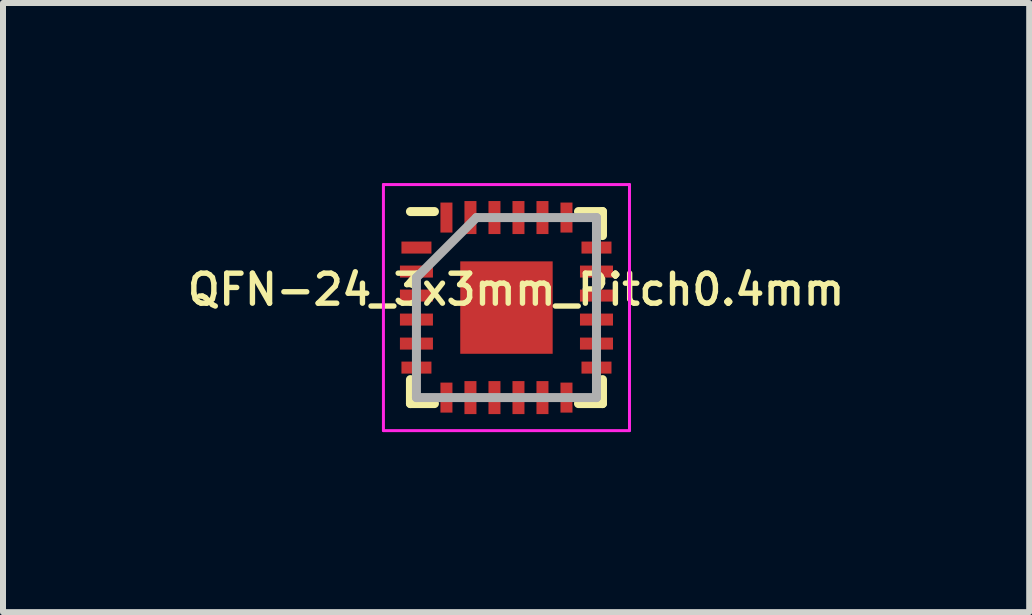
<source format=kicad_pcb>
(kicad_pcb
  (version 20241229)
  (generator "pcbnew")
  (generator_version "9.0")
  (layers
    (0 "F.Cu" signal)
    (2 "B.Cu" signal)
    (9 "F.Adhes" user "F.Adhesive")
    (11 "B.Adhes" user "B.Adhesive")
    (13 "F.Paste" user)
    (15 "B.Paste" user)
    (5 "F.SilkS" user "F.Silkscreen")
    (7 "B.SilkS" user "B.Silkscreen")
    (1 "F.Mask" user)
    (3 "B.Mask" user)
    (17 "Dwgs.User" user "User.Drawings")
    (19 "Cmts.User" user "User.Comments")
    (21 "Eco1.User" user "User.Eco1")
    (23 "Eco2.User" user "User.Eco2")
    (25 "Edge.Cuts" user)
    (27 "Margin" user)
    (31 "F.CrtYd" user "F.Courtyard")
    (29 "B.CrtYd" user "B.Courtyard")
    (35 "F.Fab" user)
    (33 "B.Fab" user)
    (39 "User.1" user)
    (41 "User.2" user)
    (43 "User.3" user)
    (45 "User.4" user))
  (footprint "QFN-24_3x3mm_Pitch0.4mm"
    (layer "F.Cu")
    (at 5.389 2.075)
    (property "Reference" "QFN-24_3x3mm_Pitch0.4mm" (at 0.16 -0.3 0) (layer "F.SilkS") (effects (font (size 0.5 0.5) (thickness 0.09))))
    (attr smd)
    (fp_line (start -1.6 -1.6) (end -1.2 -1.6) (stroke (width 0.15) (type solid)) (layer "F.SilkS"))
    (fp_line (start -1.6 1.6) (end -1.6 1.2) (stroke (width 0.15) (type solid)) (layer "F.SilkS"))
    (fp_line (start -1.6 1.6) (end -1.2 1.6) (stroke (width 0.15) (type solid)) (layer "F.SilkS"))
    (fp_line (start 1.6 -1.6) (end 1.2 -1.6) (stroke (width 0.15) (type solid)) (layer "F.SilkS"))
    (fp_line (start 1.6 -1.6) (end 1.6 -1.2) (stroke (width 0.15) (type solid)) (layer "F.SilkS"))
    (fp_line (start 1.6 1.6) (end 1.2 1.6) (stroke (width 0.15) (type solid)) (layer "F.SilkS"))
    (fp_line (start 1.6 1.6) (end 1.6 1.2) (stroke (width 0.15) (type solid)) (layer "F.SilkS"))
    (fp_line (start -2.05 -2.05) (end 2.05 -2.05) (stroke (width 0.05) (type solid)) (layer "F.CrtYd"))
    (fp_line (start -2.05 2.05) (end -2.05 -2.05) (stroke (width 0.05) (type solid)) (layer "F.CrtYd"))
    (fp_line (start 2.05 -2.05) (end 2.05 2.05) (stroke (width 0.05) (type solid)) (layer "F.CrtYd"))
    (fp_line (start 2.05 2.05) (end -2.05 2.05) (stroke (width 0.05) (type solid)) (layer "F.CrtYd"))
    (fp_line (start -1.5 -0.5) (end -0.5 -1.5) (stroke (width 0.15) (type solid)) (layer "F.Fab"))
    (fp_line (start -1.5 1.5) (end -1.5 -0.5) (stroke (width 0.15) (type solid)) (layer "F.Fab"))
    (fp_line (start -0.5 -1.5) (end 1.5 -1.5) (stroke (width 0.15) (type solid)) (layer "F.Fab"))
    (fp_line (start 1.5 -1.5) (end 1.5 1.5) (stroke (width 0.15) (type solid)) (layer "F.Fab"))
    (fp_line (start 1.5 1.5) (end -1.5 1.5) (stroke (width 0.15) (type solid)) (layer "F.Fab"))
    (pad "1" smd rect (at -1.5 -1) (size 0.5 0.2) (layers "F.Cu" "F.Mask" "F.Paste"))
    (pad "2" smd rect (at -1.5 -0.6) (size 0.55 0.2) (layers "F.Cu" "F.Mask" "F.Paste"))
    (pad "3" smd rect (at -1.5 -0.2) (size 0.55 0.2) (layers "F.Cu" "F.Mask" "F.Paste"))
    (pad "4" smd rect (at -1.5 0.2) (size 0.55 0.2) (layers "F.Cu" "F.Mask" "F.Paste"))
    (pad "5" smd rect (at -1.5 0.6) (size 0.55 0.2) (layers "F.Cu" "F.Mask" "F.Paste"))
    (pad "6" smd rect (at -1.5 1) (size 0.5 0.2) (layers "F.Cu" "F.Mask" "F.Paste"))
    (pad "7" smd rect (at -1 1.5 90) (size 0.5 0.2) (layers "F.Cu" "F.Mask" "F.Paste"))
    (pad "8" smd rect (at -0.6 1.5 90) (size 0.55 0.2) (layers "F.Cu" "F.Mask" "F.Paste"))
    (pad "9" smd rect (at -0.2 1.5 90) (size 0.55 0.2) (layers "F.Cu" "F.Mask" "F.Paste"))
    (pad "10" smd rect (at 0.2 1.5 90) (size 0.55 0.2) (layers "F.Cu" "F.Mask" "F.Paste"))
    (pad "11" smd rect (at 0.6 1.5 90) (size 0.55 0.2) (layers "F.Cu" "F.Mask" "F.Paste"))
    (pad "12" smd rect (at 1 1.5 90) (size 0.5 0.2) (layers "F.Cu" "F.Mask" "F.Paste"))
    (pad "13" smd rect (at 1.5 1) (size 0.5 0.2) (layers "F.Cu" "F.Mask" "F.Paste"))
    (pad "14" smd rect (at 1.5 0.6) (size 0.55 0.2) (layers "F.Cu" "F.Mask" "F.Paste"))
    (pad "15" smd rect (at 1.5 0.2) (size 0.55 0.2) (layers "F.Cu" "F.Mask" "F.Paste"))
    (pad "16" smd rect (at 1.5 -0.2) (size 0.55 0.2) (layers "F.Cu" "F.Mask" "F.Paste"))
    (pad "17" smd rect (at 1.5 -0.6) (size 0.55 0.2) (layers "F.Cu" "F.Mask" "F.Paste"))
    (pad "18" smd rect (at 1.5 -1) (size 0.5 0.2) (layers "F.Cu" "F.Mask" "F.Paste"))
    (pad "19" smd rect (at 1 -1.5 90) (size 0.5 0.2) (layers "F.Cu" "F.Mask" "F.Paste"))
    (pad "20" smd rect (at 0.6 -1.5 90) (size 0.55 0.2) (layers "F.Cu" "F.Mask" "F.Paste"))
    (pad "21" smd rect (at 0.2 -1.5 90) (size 0.55 0.2) (layers "F.Cu" "F.Mask" "F.Paste"))
    (pad "22" smd rect (at -0.2 -1.5 90) (size 0.55 0.2) (layers "F.Cu" "F.Mask" "F.Paste"))
    (pad "23" smd rect (at -0.6 -1.5 90) (size 0.55 0.2) (layers "F.Cu" "F.Mask" "F.Paste"))
    (pad "24" smd rect (at -1 -1.5 90) (size 0.5 0.2) (layers "F.Cu" "F.Mask" "F.Paste"))
    (pad "25" smd rect (at 0 0) (size 1.54 1.54) (layers "F.Cu" "F.Mask" "F.Paste")))
  (gr_rect
    (start -3 -3)
    (end 14.099 7.15)
    (stroke (width 0.1) (type default))
    (fill no)
    (layer "Edge.Cuts")))
</source>
